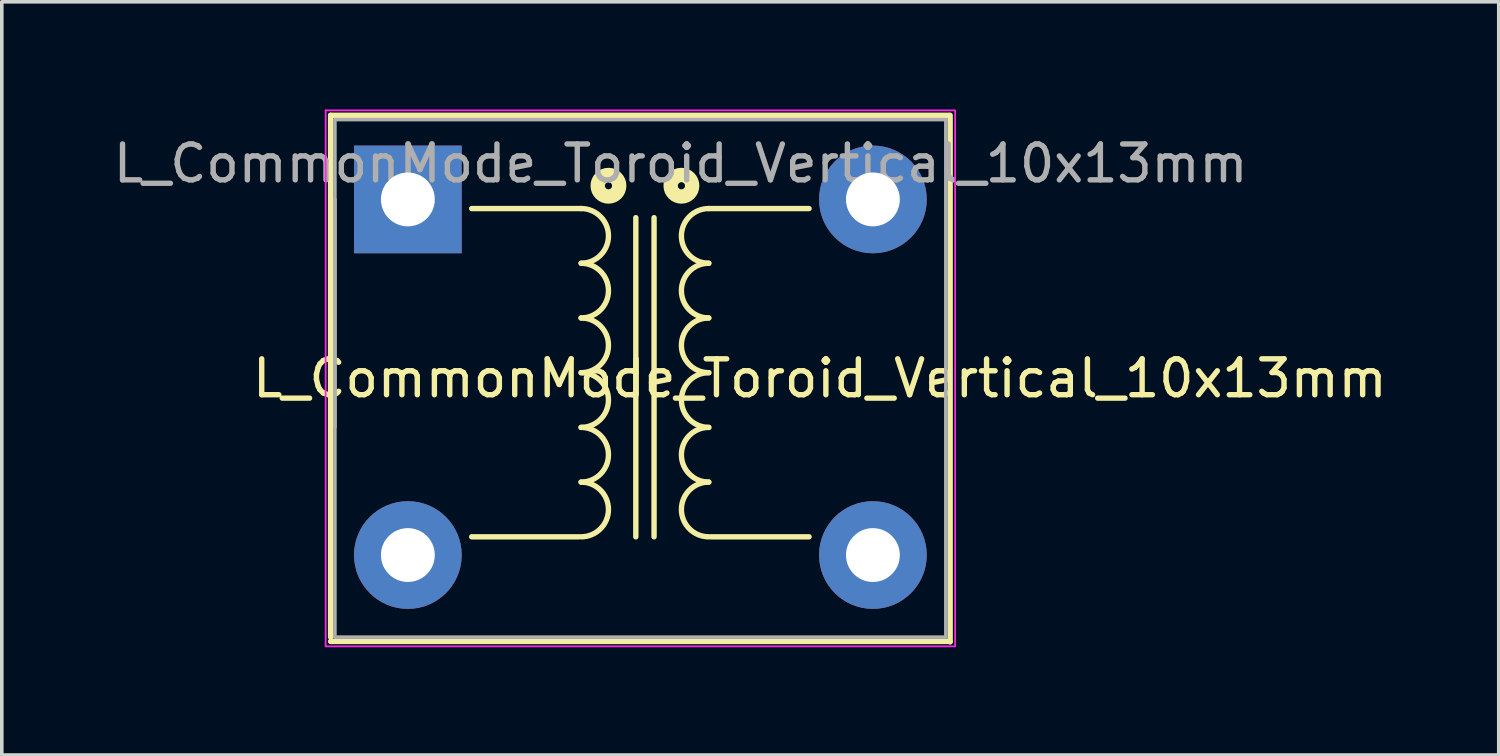
<source format=kicad_pcb>
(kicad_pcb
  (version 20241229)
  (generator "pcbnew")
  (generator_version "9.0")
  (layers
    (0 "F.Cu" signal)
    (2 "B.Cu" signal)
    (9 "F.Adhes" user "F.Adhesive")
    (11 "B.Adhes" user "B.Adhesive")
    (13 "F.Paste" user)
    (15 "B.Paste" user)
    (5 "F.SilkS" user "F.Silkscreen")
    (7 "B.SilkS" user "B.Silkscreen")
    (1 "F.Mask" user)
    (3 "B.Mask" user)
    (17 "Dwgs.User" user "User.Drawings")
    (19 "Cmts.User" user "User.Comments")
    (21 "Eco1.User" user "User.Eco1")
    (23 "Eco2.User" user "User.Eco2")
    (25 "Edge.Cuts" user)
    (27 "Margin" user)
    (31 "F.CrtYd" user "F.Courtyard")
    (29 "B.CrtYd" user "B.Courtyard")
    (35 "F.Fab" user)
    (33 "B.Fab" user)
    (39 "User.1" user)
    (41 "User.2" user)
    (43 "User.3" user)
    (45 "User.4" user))
  (footprint "L_CommonMode_Toroid_Vertical_10x13mm"
    (layer "F.Cu")
    (at 8.311 2.505)
    (property "Reference" "L_CommonMode_Toroid_Vertical_10x13mm" (at 11.477 4.985 0) (layer "F.SilkS") (effects (font (size 1 1) (thickness 0.15))))
    (attr through_hole)
    (fp_line (start -2.152 -2.343) (end -2.152 12.192) (stroke (width 0.15) (type solid)) (layer "F.SilkS"))
    (fp_line (start -2.152 -2.343) (end 15.075 -2.343) (stroke (width 0.15) (type solid)) (layer "F.SilkS"))
    (fp_line (start -2.152 12.312) (end 15.1 12.312) (stroke (width 0.15) (type solid)) (layer "F.SilkS"))
    (fp_line (start 4.763 9.398) (end 1.778 9.398) (stroke (width 0.15) (type solid)) (layer "F.SilkS"))
    (fp_line (start 4.826 0.254) (end 1.778 0.254) (stroke (width 0.15) (type solid)) (layer "F.SilkS"))
    (fp_line (start 6.35 9.398) (end 6.35 0.508) (stroke (width 0.15) (type solid)) (layer "F.SilkS"))
    (fp_line (start 6.858 0.508) (end 6.858 9.398) (stroke (width 0.15) (type solid)) (layer "F.SilkS"))
    (fp_line (start 8.382 0.254) (end 11.176 0.254) (stroke (width 0.15) (type solid)) (layer "F.SilkS"))
    (fp_line (start 8.445 9.398) (end 11.176 9.398) (stroke (width 0.15) (type solid)) (layer "F.SilkS"))
    (fp_line (start 15.106 -2.343) (end 15.106 12.325) (stroke (width 0.15) (type solid)) (layer "F.SilkS"))
    (fp_arc (start 4.826 0.254) (mid 5.588 1.016) (end 4.826 1.778) (stroke (width 0.15) (type solid)) (layer "F.SilkS"))
    (fp_arc (start 4.826 1.778) (mid 5.588 2.54) (end 4.826 3.302) (stroke (width 0.15) (type solid)) (layer "F.SilkS"))
    (fp_arc (start 4.826 3.302) (mid 5.588 4.064) (end 4.826 4.826) (stroke (width 0.15) (type solid)) (layer "F.SilkS"))
    (fp_arc (start 4.826 4.826) (mid 5.588 5.588) (end 4.826 6.35) (stroke (width 0.15) (type solid)) (layer "F.SilkS"))
    (fp_arc (start 4.826 6.35) (mid 5.588 7.112) (end 4.826 7.874) (stroke (width 0.15) (type solid)) (layer "F.SilkS"))
    (fp_arc (start 4.826 7.874) (mid 5.588 8.636) (end 4.826 9.398) (stroke (width 0.15) (type solid)) (layer "F.SilkS"))
    (fp_arc (start 8.382 1.778) (mid 7.62 1.016) (end 8.382 0.254) (stroke (width 0.15) (type solid)) (layer "F.SilkS"))
    (fp_arc (start 8.382 3.302) (mid 7.62 2.54) (end 8.382 1.778) (stroke (width 0.15) (type solid)) (layer "F.SilkS"))
    (fp_arc (start 8.382 4.826) (mid 7.62 4.064) (end 8.382 3.302) (stroke (width 0.15) (type solid)) (layer "F.SilkS"))
    (fp_arc (start 8.382 6.35) (mid 7.62 5.588) (end 8.382 4.826) (stroke (width 0.15) (type solid)) (layer "F.SilkS"))
    (fp_arc (start 8.382 7.874) (mid 7.62 7.112) (end 8.382 6.35) (stroke (width 0.15) (type solid)) (layer "F.SilkS"))
    (fp_arc (start 8.382 9.398) (mid 7.62 8.636) (end 8.382 7.874) (stroke (width 0.15) (type solid)) (layer "F.SilkS"))
    (fp_circle (center 5.588 -0.381) (end 5.688 -0.381) (stroke (width 0.4) (type solid)) (fill no) (layer "F.SilkS"))
    (fp_circle (center 7.62 -0.381) (end 7.72 -0.381) (stroke (width 0.4) (type solid)) (fill no) (layer "F.SilkS"))
    (fp_line (start -2.29 -2.48) (end -2.29 12.446) (stroke (width 0.05) (type solid)) (layer "F.CrtYd"))
    (fp_line (start -2.29 12.45) (end 15.24 12.45) (stroke (width 0.05) (type solid)) (layer "F.CrtYd"))
    (fp_line (start 15.225 -2.48) (end -2.29 -2.48) (stroke (width 0.05) (type solid)) (layer "F.CrtYd"))
    (fp_line (start 15.244 12.446) (end 15.244 -2.48) (stroke (width 0.05) (type solid)) (layer "F.CrtYd"))
    (fp_line (start -2.032 -2.223) (end -2.032 12.192) (stroke (width 0.1) (type solid)) (layer "F.Fab"))
    (fp_line (start -2.032 0) (end -2.032 6.35) (stroke (width 0.1) (type solid)) (layer "F.Fab"))
    (fp_line (start -2.032 12.192) (end 14.975 12.192) (stroke (width 0.1) (type solid)) (layer "F.Fab"))
    (fp_line (start 14.986 12.192) (end 14.986 -2.2) (stroke (width 0.1) (type solid)) (layer "F.Fab"))
    (fp_line (start 15 -2.223) (end -2.032 -2.223) (stroke (width 0.1) (type solid)) (layer "F.Fab"))
    (fp_text user "${REFERENCE}" (at 7.6 -1 0) (layer "F.Fab") (effects (font (size 1 1) (thickness 0.15))))
    (pad "1" thru_hole rect (at 0 0) (size 3 3) (drill 1.5) (layers "*.Cu" "*.Mask"))
    (pad "2" thru_hole circle (at 0 9.906) (size 3 3) (drill 1.5) (layers "*.Cu" "*.Mask"))
    (pad "3" thru_hole circle (at 12.954 9.906) (size 3 3) (drill 1.5) (layers "*.Cu" "*.Mask"))
    (pad "4" thru_hole circle (at 12.954 0) (size 3 3) (drill 1.5) (layers "*.Cu" "*.Mask")))
  (gr_rect
    (start -3 -3)
    (end 38.698 17.98)
    (stroke (width 0.1) (type default))
    (fill no)
    (layer "Edge.Cuts")))
</source>
